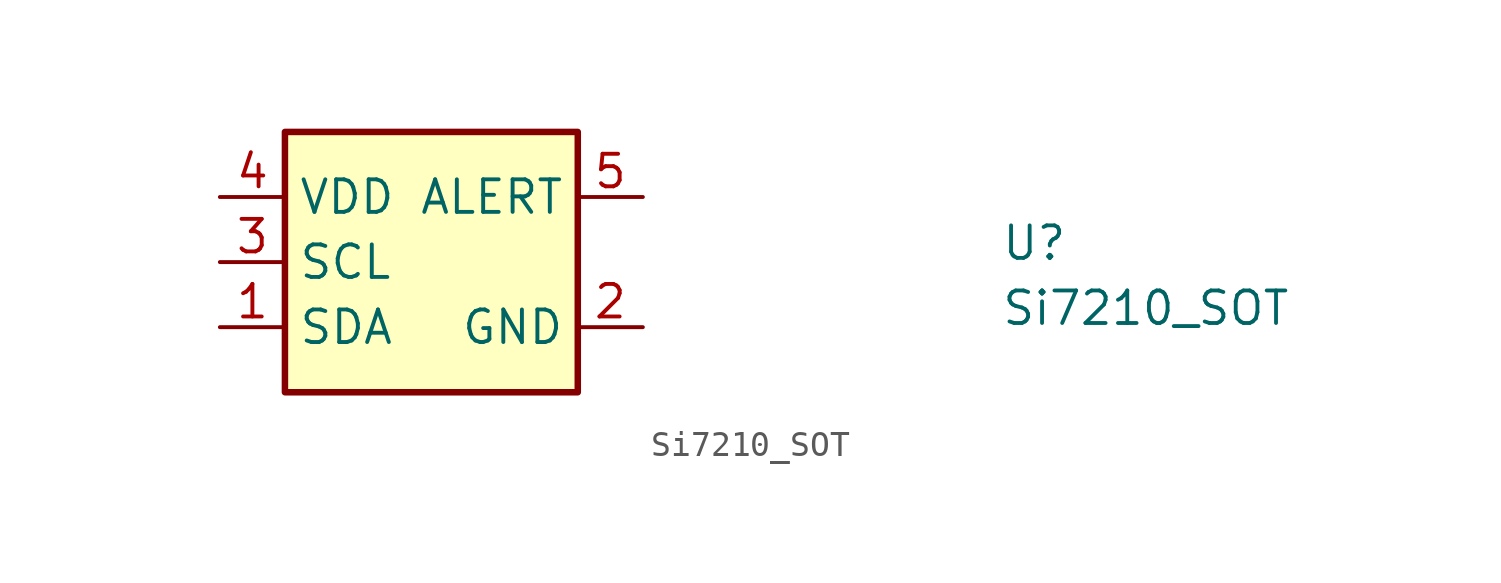
<source format=kicad_sym>
(kicad_symbol_lib
  (version 20211014)
  (generator kicad_symbol_editor)
  (symbol "Si7210_SOT"
    (pin_names)
    (property "Reference" "U"
      (at 30.48 -2.54 0)
      (effects (font (size 1.27 1.27) (thickness 0.15)) (justify left bottom)))
    (property "Value" "Si7210_SOT"
      (at 30.48 -5.08 0)
      (effects (font (size 1.27 1.27) (thickness 0.15)) (justify left bottom)))
    (symbol "Si7210_SOT_1_1"
      (rectangle (start 2.54 2.54) (end 13.97 -7.62) (stroke (width 0.254) (type default) (color 0 0 0 0)) (fill (type background)))
      (pin bidirectional line (at 0 -5.08 0) (length 2.54) (name "SDA" (effects (font (size 1.27 1.27) (thickness 0.15)))) (number "1" (effects (font (size 1.27 1.27) (thickness 0.15)))))
      (pin power_in line (at 16.51 -5.08 180) (length 2.54) (name "GND" (effects (font (size 1.27 1.27) (thickness 0.15)))) (number "2" (effects (font (size 1.27 1.27) (thickness 0.15)))))
      (pin input line (at 0 -2.54 0) (length 2.54) (name "SCL" (effects (font (size 1.27 1.27) (thickness 0.15)))) (number "3" (effects (font (size 1.27 1.27) (thickness 0.15)))))
      (pin power_in line (at 0 0 0) (length 2.54) (name "VDD" (effects (font (size 1.27 1.27) (thickness 0.15)))) (number "4" (effects (font (size 1.27 1.27) (thickness 0.15)))))
      (pin output line (at 16.51 0 180) (length 2.54) (name "ALERT" (effects (font (size 1.27 1.27) (thickness 0.15)))) (number "5" (effects (font (size 1.27 1.27) (thickness 0.15))))))))
</source>
